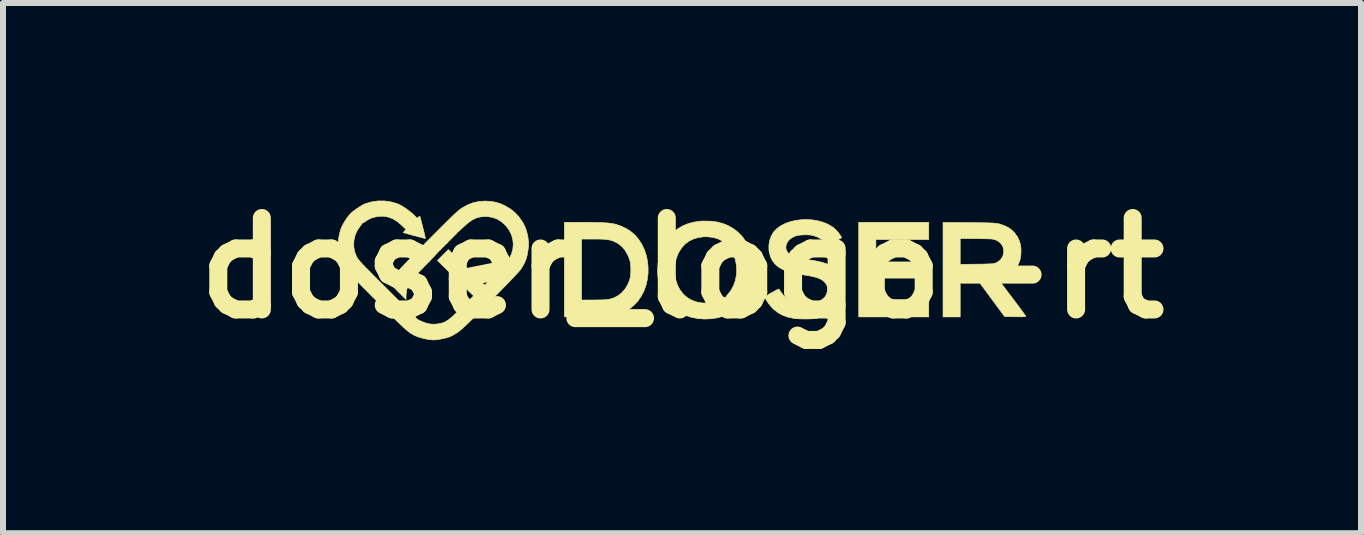
<source format=kicad_pcb>
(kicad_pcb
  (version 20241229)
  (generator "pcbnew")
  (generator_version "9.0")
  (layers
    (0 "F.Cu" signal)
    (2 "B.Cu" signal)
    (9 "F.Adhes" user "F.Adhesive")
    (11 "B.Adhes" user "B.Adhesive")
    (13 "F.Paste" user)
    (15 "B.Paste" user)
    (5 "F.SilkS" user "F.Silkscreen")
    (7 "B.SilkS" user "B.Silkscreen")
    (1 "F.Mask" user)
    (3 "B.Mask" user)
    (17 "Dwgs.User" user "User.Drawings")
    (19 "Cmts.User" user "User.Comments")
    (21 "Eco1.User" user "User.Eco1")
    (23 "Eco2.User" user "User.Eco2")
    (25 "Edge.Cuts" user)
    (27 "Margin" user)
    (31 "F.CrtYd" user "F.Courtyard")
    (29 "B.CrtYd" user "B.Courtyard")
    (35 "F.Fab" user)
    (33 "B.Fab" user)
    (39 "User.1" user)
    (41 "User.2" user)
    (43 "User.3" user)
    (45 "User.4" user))
  (footprint "doser_logo-rt"
    (layer "F.Cu")
    (at 8.317 1.418)
    (property "Reference" "doser_logo-rt" (at 0 0 0) (layer "F.SilkS") (effects (font (size 1.524 1.524) (thickness 0.3))))
    (attr through_hole)
    (fp_poly (pts (xy -4.064 -0.266) (xy -4.068 -0.262) (xy -4.072 -0.266) (xy -4.068 -0.27) (xy -4.064 -0.266)) (stroke (width 0.01) (type solid)) (fill yes) (layer "F.SilkS"))
    (fp_poly (pts (xy -4.032 -0.298) (xy -4.036 -0.294) (xy -4.04 -0.298) (xy -4.036 -0.302) (xy -4.032 -0.298)) (stroke (width 0.01) (type solid)) (fill yes) (layer "F.SilkS"))
    (fp_poly (pts (xy 4.112 -0.476) (xy 3.231 -0.476) (xy 3.231 -0.103) (xy 4.08 -0.103) (xy 4.08 0.167) (xy 3.23 0.167) (xy 3.232 0.346) (xy 3.235 0.524) (xy 4.112 0.524) (xy 4.112 0.814) (xy 2.945 0.814) (xy 2.945 -0.762) (xy 4.112 -0.762) (xy 4.112 -0.476)) (stroke (width 0.01) (type solid)) (fill yes) (layer "F.SilkS"))
    (fp_poly (pts (xy -1.649 -0.762) (xy -1.548 -0.762) (xy -1.461 -0.761) (xy -1.387 -0.759) (xy -1.324 -0.757) (xy -1.27 -0.754) (xy -1.223 -0.75) (xy -1.183 -0.745) (xy -1.147 -0.739) (xy -1.113 -0.732) (xy -1.107 -0.73) (xy -1.042 -0.709) (xy -0.974 -0.68) (xy -0.909 -0.646) (xy -0.862 -0.616) (xy -0.788 -0.554) (xy -0.725 -0.481) (xy -0.672 -0.399) (xy -0.629 -0.31) (xy -0.597 -0.216) (xy -0.576 -0.117) (xy -0.566 -0.016) (xy -0.566 0.086) (xy -0.578 0.187) (xy -0.6 0.285) (xy -0.634 0.38) (xy -0.68 0.468) (xy -0.736 0.55) (xy -0.785 0.603) (xy -0.857 0.666) (xy -0.938 0.717) (xy -1.028 0.759) (xy -1.116 0.787) (xy -1.131 0.791) (xy -1.145 0.795) (xy -1.161 0.798) (xy -1.18 0.8) (xy -1.203 0.802) (xy -1.232 0.803) (xy -1.268 0.804) (xy -1.313 0.805) (xy -1.368 0.806) (xy -1.436 0.807) (xy -1.517 0.807) (xy -1.57 0.808) (xy -1.961 0.811) (xy -1.961 -0.484) (xy -1.675 -0.484) (xy -1.675 0.532) (xy -1.47 0.532) (xy -1.395 0.531) (xy -1.334 0.53) (xy -1.285 0.528) (xy -1.248 0.525) (xy -1.219 0.522) (xy -1.212 0.52) (xy -1.134 0.496) (xy -1.063 0.458) (xy -1 0.407) (xy -0.947 0.345) (xy -0.907 0.278) (xy -0.885 0.228) (xy -0.869 0.183) (xy -0.86 0.138) (xy -0.855 0.088) (xy -0.853 0.028) (xy -0.853 0.028) (xy -0.855 -0.032) (xy -0.859 -0.081) (xy -0.869 -0.126) (xy -0.884 -0.17) (xy -0.906 -0.221) (xy -0.91 -0.228) (xy -0.952 -0.301) (xy -1.005 -0.362) (xy -1.035 -0.385) (xy -1.016 -0.385) (xy -1.012 -0.381) (xy -1.008 -0.385) (xy -1.012 -0.389) (xy -1.016 -0.385) (xy -1.035 -0.385) (xy -1.067 -0.41) (xy -1.104 -0.43) (xy -1.138 -0.446) (xy -1.169 -0.458) (xy -1.202 -0.467) (xy -1.238 -0.474) (xy -1.279 -0.479) (xy -1.328 -0.482) (xy -1.388 -0.484) (xy -1.461 -0.484) (xy -1.476 -0.484) (xy -1.675 -0.484) (xy -1.961 -0.484) (xy -1.961 -0.762) (xy -1.649 -0.762)) (stroke (width 0.01) (type solid)) (fill yes) (layer "F.SilkS"))
    (fp_poly (pts (xy 4.772 -0.758) (xy 4.872 -0.757) (xy 4.956 -0.756) (xy 5.028 -0.755) (xy 5.089 -0.754) (xy 5.139 -0.752) (xy 5.181 -0.75) (xy 5.217 -0.747) (xy 5.247 -0.743) (xy 5.273 -0.739) (xy 5.296 -0.733) (xy 5.319 -0.726) (xy 5.342 -0.718) (xy 5.36 -0.711) (xy 5.393 -0.698) (xy 5.425 -0.682) (xy 5.446 -0.67) (xy 5.472 -0.652) (xy 5.499 -0.63) (xy 5.524 -0.607) (xy 5.544 -0.585) (xy 5.558 -0.568) (xy 5.561 -0.558) (xy 5.562 -0.55) (xy 5.566 -0.55) (xy 5.575 -0.544) (xy 5.587 -0.527) (xy 5.601 -0.5) (xy 5.615 -0.468) (xy 5.628 -0.434) (xy 5.638 -0.401) (xy 5.641 -0.389) (xy 5.648 -0.332) (xy 5.65 -0.269) (xy 5.645 -0.206) (xy 5.636 -0.148) (xy 5.628 -0.119) (xy 5.597 -0.049) (xy 5.556 0.01) (xy 5.502 0.061) (xy 5.458 0.09) (xy 5.428 0.107) (xy 5.391 0.123) (xy 5.352 0.138) (xy 5.316 0.15) (xy 5.286 0.157) (xy 5.272 0.159) (xy 5.259 0.16) (xy 5.255 0.163) (xy 5.259 0.17) (xy 5.273 0.188) (xy 5.294 0.217) (xy 5.322 0.255) (xy 5.356 0.3) (xy 5.394 0.352) (xy 5.437 0.409) (xy 5.484 0.47) (xy 5.49 0.478) (xy 5.537 0.54) (xy 5.58 0.598) (xy 5.62 0.651) (xy 5.655 0.699) (xy 5.684 0.738) (xy 5.707 0.77) (xy 5.722 0.791) (xy 5.728 0.801) (xy 5.728 0.801) (xy 5.728 0.805) (xy 5.723 0.808) (xy 5.713 0.81) (xy 5.694 0.811) (xy 5.665 0.812) (xy 5.625 0.812) (xy 5.571 0.811) (xy 5.555 0.811) (xy 5.378 0.809) (xy 5.164 0.52) (xy 5.175 0.52) (xy 5.179 0.524) (xy 5.183 0.52) (xy 5.179 0.516) (xy 5.175 0.52) (xy 5.164 0.52) (xy 5.152 0.504) (xy 4.927 0.198) (xy 4.636 0.198) (xy 4.636 0.814) (xy 4.35 0.814) (xy 4.35 -0.062) (xy 4.636 -0.062) (xy 4.907 -0.065) (xy 4.983 -0.066) (xy 5.045 -0.067) (xy 5.094 -0.069) (xy 5.133 -0.07) (xy 5.163 -0.072) (xy 5.186 -0.074) (xy 5.203 -0.077) (xy 5.217 -0.081) (xy 5.22 -0.082) (xy 5.271 -0.107) (xy 5.312 -0.143) (xy 5.342 -0.188) (xy 5.358 -0.241) (xy 5.362 -0.278) (xy 5.355 -0.335) (xy 5.334 -0.384) (xy 5.3 -0.425) (xy 5.253 -0.457) (xy 5.226 -0.469) (xy 5.213 -0.474) (xy 5.2 -0.478) (xy 5.186 -0.481) (xy 5.168 -0.484) (xy 5.145 -0.486) (xy 5.115 -0.487) (xy 5.076 -0.488) (xy 5.026 -0.489) (xy 4.964 -0.49) (xy 4.907 -0.49) (xy 4.636 -0.493) (xy 4.636 -0.062) (xy 4.35 -0.062) (xy 4.35 -0.76) (xy 4.772 -0.758)) (stroke (width 0.01) (type solid)) (fill yes) (layer "F.SilkS"))
    (fp_poly (pts (xy 0.471 -0.782) (xy 0.579 -0.769) (xy 0.68 -0.743) (xy 0.773 -0.705) (xy 0.862 -0.653) (xy 0.865 -0.651) (xy 0.897 -0.627) (xy 0.93 -0.599) (xy 0.962 -0.568) (xy 0.992 -0.538) (xy 1.016 -0.51) (xy 1.034 -0.485) (xy 1.043 -0.467) (xy 1.043 -0.459) (xy 1.042 -0.454) (xy 1.046 -0.455) (xy 1.055 -0.452) (xy 1.068 -0.436) (xy 1.085 -0.409) (xy 1.103 -0.373) (xy 1.123 -0.33) (xy 1.128 -0.319) (xy 1.164 -0.21) (xy 1.187 -0.097) (xy 1.195 0.018) (xy 1.189 0.134) (xy 1.169 0.249) (xy 1.134 0.361) (xy 1.1 0.441) (xy 1.046 0.533) (xy 0.983 0.614) (xy 0.911 0.682) (xy 0.827 0.739) (xy 0.794 0.758) (xy 0.7 0.798) (xy 0.597 0.827) (xy 0.489 0.844) (xy 0.377 0.849) (xy 0.265 0.841) (xy 0.263 0.841) (xy 0.152 0.819) (xy 0.048 0.784) (xy 0.044 0.782) (xy 0.714 0.782) (xy 0.718 0.786) (xy 0.722 0.782) (xy 0.718 0.778) (xy 0.714 0.782) (xy 0.044 0.782) (xy -0.046 0.737) (xy -0.13 0.678) (xy -0.204 0.608) (xy -0.243 0.56) (xy 0.183 0.56) (xy 0.187 0.564) (xy 0.191 0.56) (xy 0.187 0.556) (xy 0.183 0.56) (xy -0.243 0.56) (xy -0.268 0.528) (xy 0.111 0.528) (xy 0.115 0.532) (xy 0.119 0.528) (xy 0.115 0.524) (xy 0.111 0.528) (xy -0.268 0.528) (xy -0.268 0.527) (xy -0.32 0.437) (xy -0.361 0.338) (xy -0.389 0.23) (xy -0.404 0.114) (xy -0.406 0.04) (xy -0.405 0.026) (xy -0.125 0.026) (xy -0.119 0.117) (xy -0.102 0.205) (xy -0.073 0.288) (xy -0.033 0.364) (xy 0.019 0.431) (xy 0.032 0.445) (xy 0.096 0.498) (xy 0.17 0.539) (xy 0.251 0.567) (xy 0.338 0.582) (xy 0.43 0.583) (xy 0.526 0.57) (xy 0.538 0.567) (xy 0.572 0.557) (xy 0.61 0.543) (xy 0.643 0.528) (xy 0.667 0.528) (xy 0.671 0.532) (xy 0.675 0.528) (xy 0.671 0.524) (xy 0.667 0.528) (xy 0.643 0.528) (xy 0.648 0.526) (xy 0.68 0.508) (xy 0.7 0.494) (xy 0.715 0.487) (xy 0.724 0.489) (xy 0.73 0.491) (xy 0.728 0.488) (xy 0.731 0.48) (xy 0.742 0.463) (xy 0.76 0.442) (xy 0.766 0.435) (xy 0.818 0.368) (xy 0.859 0.291) (xy 0.888 0.209) (xy 0.905 0.123) (xy 0.911 0.034) (xy 0.905 -0.054) (xy 0.888 -0.141) (xy 0.86 -0.223) (xy 0.82 -0.3) (xy 0.77 -0.368) (xy 0.735 -0.403) (xy 0.669 -0.453) (xy 0.595 -0.489) (xy 0.513 -0.512) (xy 0.422 -0.522) (xy 0.369 -0.522) (xy 0.277 -0.511) (xy 0.193 -0.487) (xy 0.117 -0.45) (xy 0.05 -0.4) (xy -0.007 -0.337) (xy -0.054 -0.262) (xy -0.065 -0.241) (xy -0.098 -0.155) (xy -0.117 -0.065) (xy -0.125 0.026) (xy -0.405 0.026) (xy -0.399 -0.081) (xy -0.379 -0.195) (xy -0.346 -0.301) (xy -0.3 -0.4) (xy -0.241 -0.49) (xy -0.171 -0.57) (xy -0.09 -0.64) (xy -0.065 -0.658) (xy 0.017 -0.706) (xy 0.104 -0.742) (xy 0.198 -0.766) (xy 0.302 -0.781) (xy 0.354 -0.784) (xy 0.471 -0.782)) (stroke (width 0.01) (type solid)) (fill yes) (layer "F.SilkS"))
    (fp_poly (pts (xy 2.174 -0.803) (xy 2.265 -0.788) (xy 2.351 -0.764) (xy 2.431 -0.731) (xy 2.503 -0.689) (xy 2.547 -0.653) (xy 2.572 -0.629) (xy 2.597 -0.601) (xy 2.62 -0.572) (xy 2.639 -0.545) (xy 2.652 -0.522) (xy 2.657 -0.508) (xy 2.657 -0.506) (xy 2.65 -0.5) (xy 2.63 -0.488) (xy 2.602 -0.472) (xy 2.567 -0.453) (xy 2.546 -0.442) (xy 2.437 -0.384) (xy 2.387 -0.432) (xy 2.387 -0.433) (xy 2.5 -0.433) (xy 2.504 -0.429) (xy 2.508 -0.433) (xy 2.504 -0.437) (xy 2.5 -0.433) (xy 2.387 -0.433) (xy 2.324 -0.482) (xy 2.251 -0.521) (xy 2.177 -0.545) (xy 2.132 -0.552) (xy 2.078 -0.555) (xy 2.021 -0.554) (xy 1.966 -0.55) (xy 1.917 -0.542) (xy 1.886 -0.533) (xy 1.834 -0.508) (xy 1.791 -0.476) (xy 1.759 -0.438) (xy 1.739 -0.397) (xy 1.73 -0.354) (xy 1.735 -0.311) (xy 1.754 -0.271) (xy 1.768 -0.253) (xy 1.79 -0.231) (xy 1.816 -0.213) (xy 1.848 -0.197) (xy 1.887 -0.183) (xy 1.935 -0.17) (xy 1.994 -0.158) (xy 2.066 -0.146) (xy 2.111 -0.139) (xy 2.22 -0.121) (xy 2.313 -0.101) (xy 2.394 -0.077) (xy 2.463 -0.05) (xy 2.522 -0.019) (xy 2.571 0.017) (xy 2.595 0.039) (xy 2.642 0.097) (xy 2.678 0.165) (xy 2.701 0.24) (xy 2.712 0.32) (xy 2.71 0.404) (xy 2.709 0.412) (xy 2.691 0.498) (xy 2.66 0.575) (xy 2.616 0.643) (xy 2.559 0.702) (xy 2.489 0.752) (xy 2.408 0.792) (xy 2.313 0.822) (xy 2.242 0.837) (xy 2.199 0.843) (xy 2.144 0.846) (xy 2.082 0.848) (xy 2.018 0.848) (xy 1.956 0.846) (xy 1.901 0.843) (xy 1.856 0.837) (xy 1.856 0.837) (xy 1.76 0.816) (xy 1.675 0.785) (xy 1.599 0.743) (xy 1.531 0.69) (xy 1.511 0.671) (xy 1.482 0.64) (xy 1.454 0.605) (xy 1.438 0.583) (xy 1.445 0.583) (xy 1.449 0.587) (xy 1.453 0.583) (xy 1.449 0.579) (xy 1.445 0.583) (xy 1.438 0.583) (xy 1.427 0.568) (xy 1.405 0.534) (xy 1.389 0.504) (xy 1.382 0.482) (xy 1.381 0.479) (xy 1.388 0.473) (xy 1.406 0.461) (xy 1.432 0.446) (xy 1.464 0.427) (xy 1.496 0.409) (xy 1.516 0.409) (xy 1.52 0.413) (xy 1.524 0.409) (xy 1.52 0.405) (xy 1.516 0.409) (xy 1.496 0.409) (xy 1.498 0.408) (xy 1.533 0.389) (xy 1.555 0.377) (xy 1.58 0.377) (xy 1.584 0.381) (xy 1.587 0.377) (xy 1.584 0.373) (xy 1.58 0.377) (xy 1.555 0.377) (xy 1.564 0.372) (xy 1.59 0.359) (xy 1.608 0.351) (xy 1.613 0.349) (xy 1.619 0.355) (xy 1.63 0.372) (xy 1.645 0.395) (xy 1.646 0.396) (xy 1.69 0.454) (xy 1.748 0.503) (xy 1.816 0.543) (xy 1.893 0.573) (xy 1.906 0.576) (xy 1.943 0.584) (xy 1.99 0.588) (xy 2.044 0.591) (xy 2.099 0.591) (xy 2.149 0.588) (xy 2.192 0.583) (xy 2.207 0.58) (xy 2.276 0.557) (xy 2.333 0.526) (xy 2.377 0.487) (xy 2.406 0.441) (xy 2.422 0.388) (xy 2.424 0.357) (xy 2.423 0.325) (xy 2.419 0.301) (xy 2.409 0.279) (xy 2.401 0.266) (xy 2.378 0.235) (xy 2.348 0.208) (xy 2.311 0.185) (xy 2.264 0.165) (xy 2.207 0.148) (xy 2.137 0.132) (xy 2.053 0.118) (xy 2.035 0.115) (xy 1.944 0.101) (xy 1.866 0.085) (xy 1.799 0.069) (xy 1.746 0.052) (xy 2.588 0.052) (xy 2.592 0.056) (xy 2.596 0.052) (xy 2.592 0.048) (xy 2.588 0.052) (xy 1.746 0.052) (xy 1.741 0.05) (xy 1.689 0.028) (xy 1.679 0.024) (xy 1.607 -0.018) (xy 1.549 -0.068) (xy 1.505 -0.126) (xy 1.473 -0.193) (xy 1.453 -0.27) (xy 1.448 -0.307) (xy 1.448 -0.383) (xy 1.46 -0.458) (xy 1.485 -0.529) (xy 1.52 -0.592) (xy 1.533 -0.609) (xy 1.586 -0.663) (xy 1.651 -0.708) (xy 1.726 -0.746) (xy 1.808 -0.774) (xy 1.896 -0.795) (xy 1.988 -0.806) (xy 2.081 -0.809) (xy 2.174 -0.803)) (stroke (width 0.01) (type solid)) (fill yes) (layer "F.SilkS"))
    (fp_poly (pts (xy -4.959 -1.119) (xy -4.85 -1.103) (xy -4.753 -1.076) (xy -4.71 -1.057) (xy -4.66 -1.03) (xy -4.606 -0.995) (xy -4.552 -0.956) (xy -4.502 -0.915) (xy -4.477 -0.892) (xy -4.413 -0.831) (xy -4.398 -0.845) (xy -4.381 -0.845) (xy -4.378 -0.841) (xy -4.374 -0.845) (xy -4.378 -0.849) (xy -4.381 -0.845) (xy -4.398 -0.845) (xy -4.393 -0.849) (xy -4.379 -0.861) (xy -4.371 -0.865) (xy -4.371 -0.865) (xy -4.367 -0.855) (xy -4.361 -0.833) (xy -4.352 -0.801) (xy -4.342 -0.762) (xy -4.33 -0.718) (xy -4.319 -0.672) (xy -4.307 -0.626) (xy -4.297 -0.584) (xy -4.288 -0.547) (xy -4.282 -0.518) (xy -4.278 -0.499) (xy -4.278 -0.494) (xy -4.287 -0.495) (xy -4.308 -0.5) (xy -4.34 -0.508) (xy -4.379 -0.518) (xy -4.422 -0.53) (xy -4.468 -0.542) (xy -4.514 -0.554) (xy -4.556 -0.566) (xy -4.593 -0.577) (xy -4.621 -0.585) (xy -4.639 -0.59) (xy -4.643 -0.592) (xy -4.64 -0.599) (xy -4.628 -0.599) (xy -4.624 -0.595) (xy -4.62 -0.599) (xy -4.624 -0.603) (xy -4.628 -0.599) (xy -4.64 -0.599) (xy -4.64 -0.599) (xy -4.629 -0.613) (xy -4.623 -0.62) (xy -4.6 -0.644) (xy -4.671 -0.713) (xy -4.743 -0.774) (xy -4.817 -0.82) (xy -4.821 -0.822) (xy -4.794 -0.822) (xy -4.79 -0.818) (xy -4.786 -0.822) (xy -4.79 -0.826) (xy -4.794 -0.822) (xy -4.821 -0.822) (xy -4.892 -0.849) (xy -4.97 -0.864) (xy -5.05 -0.863) (xy -5.122 -0.85) (xy -5.175 -0.834) (xy -5.22 -0.814) (xy -5.262 -0.788) (xy -5.282 -0.774) (xy -5.303 -0.76) (xy -5.321 -0.751) (xy -5.328 -0.751) (xy -5.334 -0.753) (xy -5.332 -0.75) (xy -5.334 -0.742) (xy -5.344 -0.725) (xy -5.361 -0.702) (xy -5.363 -0.7) (xy -5.413 -0.627) (xy -5.448 -0.55) (xy -5.467 -0.468) (xy -5.472 -0.405) (xy -5.469 -0.342) (xy -5.459 -0.285) (xy -5.44 -0.228) (xy -5.423 -0.191) (xy -5.418 -0.18) (xy -5.412 -0.169) (xy -5.405 -0.158) (xy -5.396 -0.146) (xy -5.384 -0.131) (xy -5.369 -0.113) (xy -5.35 -0.092) (xy -5.326 -0.066) (xy -5.296 -0.034) (xy -5.259 0.003) (xy -5.216 0.047) (xy -5.165 0.099) (xy -5.105 0.159) (xy -5.036 0.229) (xy -4.956 0.308) (xy -4.902 0.362) (xy -4.409 0.856) (xy -4.342 0.888) (xy -4.267 0.917) (xy -4.195 0.933) (xy -4.122 0.936) (xy -4.046 0.927) (xy -4.038 0.925) (xy -4.007 0.918) (xy -3.978 0.909) (xy -3.95 0.897) (xy -3.923 0.882) (xy -3.915 0.877) (xy -3.54 0.877) (xy -3.536 0.881) (xy -3.532 0.877) (xy -3.536 0.873) (xy -3.54 0.877) (xy -3.915 0.877) (xy -3.893 0.862) (xy -3.861 0.836) (xy -3.823 0.804) (xy -3.779 0.762) (xy -3.726 0.712) (xy -3.672 0.658) (xy -3.474 0.463) (xy -3.6 0.341) (xy -3.641 0.302) (xy -3.689 0.254) (xy -3.743 0.202) (xy -3.783 0.163) (xy -3.77 0.163) (xy -3.766 0.167) (xy -3.762 0.163) (xy -3.766 0.159) (xy -3.77 0.163) (xy -3.783 0.163) (xy -3.799 0.147) (xy -3.854 0.093) (xy -3.901 0.046) (xy -4.076 -0.127) (xy -3.985 -0.218) (xy -3.894 -0.309) (xy -3.602 -0.018) (xy -3.53 0.054) (xy -3.468 0.115) (xy -3.416 0.166) (xy -3.374 0.207) (xy -3.34 0.239) (xy -3.314 0.262) (xy -3.296 0.276) (xy -3.285 0.283) (xy -3.28 0.283) (xy -3.28 0.279) (xy -3.275 0.272) (xy -3.261 0.255) (xy -3.237 0.23) (xy -3.207 0.197) (xy -3.17 0.158) (xy -3.129 0.115) (xy -3.096 0.081) (xy -3.038 0.021) (xy -2.988 -0.033) (xy -2.946 -0.079) (xy -2.913 -0.117) (xy -2.89 -0.146) (xy -2.879 -0.161) (xy -2.842 -0.236) (xy -2.82 -0.314) (xy -2.813 -0.394) (xy -2.82 -0.473) (xy -2.841 -0.551) (xy -2.877 -0.625) (xy -2.926 -0.694) (xy -2.953 -0.723) (xy -3.018 -0.779) (xy -3.036 -0.79) (xy -2.691 -0.79) (xy -2.687 -0.786) (xy -2.683 -0.79) (xy -2.687 -0.794) (xy -2.691 -0.79) (xy -3.036 -0.79) (xy -3.088 -0.82) (xy -3.164 -0.846) (xy -3.245 -0.859) (xy -3.283 -0.859) (xy -3.345 -0.855) (xy -3.403 -0.844) (xy -3.458 -0.823) (xy -3.513 -0.792) (xy -3.57 -0.75) (xy -3.632 -0.696) (xy -3.652 -0.677) (xy -3.685 -0.646) (xy -3.714 -0.62) (xy -3.737 -0.6) (xy -3.753 -0.588) (xy -3.759 -0.586) (xy -3.761 -0.586) (xy -3.76 -0.582) (xy -3.761 -0.572) (xy -3.77 -0.56) (xy -3.782 -0.553) (xy -3.79 -0.554) (xy -3.793 -0.554) (xy -3.792 -0.551) (xy -3.793 -0.54) (xy -3.802 -0.528) (xy -3.814 -0.521) (xy -3.822 -0.522) (xy -3.825 -0.522) (xy -3.823 -0.519) (xy -3.825 -0.509) (xy -3.834 -0.496) (xy -3.845 -0.488) (xy -3.852 -0.488) (xy -3.854 -0.488) (xy -3.854 -0.487) (xy -3.855 -0.477) (xy -3.864 -0.466) (xy -3.876 -0.458) (xy -3.884 -0.458) (xy -3.888 -0.458) (xy -3.887 -0.455) (xy -3.889 -0.446) (xy -3.9 -0.431) (xy -3.915 -0.415) (xy -3.931 -0.401) (xy -3.944 -0.394) (xy -3.949 -0.395) (xy -3.952 -0.395) (xy -3.95 -0.392) (xy -3.951 -0.381) (xy -3.961 -0.369) (xy -3.973 -0.362) (xy -3.981 -0.363) (xy -3.984 -0.364) (xy -3.982 -0.36) (xy -3.983 -0.349) (xy -3.992 -0.338) (xy -4.004 -0.33) (xy -4.012 -0.331) (xy -4.015 -0.332) (xy -4.014 -0.328) (xy -4.015 -0.318) (xy -4.025 -0.306) (xy -4.036 -0.299) (xy -4.039 -0.3) (xy -4.044 -0.296) (xy -4.044 -0.294) (xy -4.051 -0.281) (xy -4.066 -0.274) (xy -4.067 -0.273) (xy -4.074 -0.267) (xy -4.074 -0.263) (xy -4.079 -0.255) (xy -4.094 -0.237) (xy -4.117 -0.211) (xy -4.149 -0.177) (xy -4.187 -0.138) (xy -4.23 -0.093) (xy -4.278 -0.045) (xy -4.288 -0.035) (xy -4.358 0.037) (xy -4.417 0.097) (xy -4.464 0.148) (xy -4.5 0.188) (xy -4.524 0.217) (xy -4.534 0.231) (xy -4.57 0.301) (xy -4.591 0.371) (xy -4.599 0.445) (xy -4.599 0.454) (xy -4.6 0.523) (xy -4.717 0.407) (xy -4.756 0.367) (xy -4.786 0.337) (xy -4.806 0.315) (xy -4.82 0.299) (xy -4.827 0.287) (xy -4.829 0.282) (xy -4.826 0.282) (xy -4.822 0.286) (xy -4.818 0.282) (xy -4.822 0.278) (xy -4.826 0.282) (xy -4.829 0.282) (xy -4.83 0.278) (xy -4.83 0.269) (xy -4.829 0.266) (xy -4.817 0.223) (xy -4.795 0.172) (xy -4.766 0.116) (xy -4.761 0.107) (xy -4.453 0.107) (xy -4.449 0.111) (xy -4.445 0.107) (xy -4.449 0.103) (xy -4.453 0.107) (xy -4.761 0.107) (xy -4.746 0.081) (xy -4.742 0.075) (xy -4.421 0.075) (xy -4.417 0.079) (xy -4.413 0.075) (xy -4.417 0.071) (xy -4.421 0.075) (xy -4.742 0.075) (xy -4.737 0.068) (xy -4.727 0.054) (xy -4.719 0.044) (xy -4.389 0.044) (xy -4.385 0.048) (xy -4.381 0.044) (xy -4.385 0.04) (xy -4.389 0.044) (xy -4.719 0.044) (xy -4.715 0.038) (xy -4.707 0.028) (xy -4.699 0.028) (xy -4.695 0.032) (xy -4.691 0.028) (xy -4.695 0.024) (xy -4.699 0.028) (xy -4.707 0.028) (xy -4.7 0.02) (xy -4.693 0.012) (xy -4.358 0.012) (xy -4.354 0.016) (xy -4.35 0.012) (xy -4.354 0.008) (xy -4.358 0.012) (xy -4.693 0.012) (xy -4.681 -0.002) (xy -4.665 -0.02) (xy -4.326 -0.02) (xy -4.322 -0.016) (xy -4.318 -0.02) (xy -4.322 -0.024) (xy -4.326 -0.02) (xy -4.665 -0.02) (xy -4.658 -0.027) (xy -4.635 -0.052) (xy -4.294 -0.052) (xy -4.29 -0.048) (xy -4.286 -0.052) (xy -4.29 -0.056) (xy -4.294 -0.052) (xy -4.635 -0.052) (xy -4.629 -0.058) (xy -4.616 -0.072) (xy -4.268 -0.072) (xy -4.267 -0.071) (xy -4.26 -0.077) (xy -4.258 -0.079) (xy -4.256 -0.087) (xy -4.258 -0.087) (xy -4.265 -0.082) (xy -4.266 -0.079) (xy -4.268 -0.072) (xy -4.616 -0.072) (xy -4.595 -0.094) (xy -4.585 -0.104) (xy -4.237 -0.104) (xy -4.236 -0.103) (xy -4.228 -0.109) (xy -4.227 -0.111) (xy -4.225 -0.119) (xy -4.226 -0.119) (xy -4.233 -0.113) (xy -4.235 -0.111) (xy -4.237 -0.104) (xy -4.585 -0.104) (xy -4.555 -0.135) (xy -4.205 -0.135) (xy -4.204 -0.135) (xy -4.197 -0.141) (xy -4.195 -0.143) (xy -4.193 -0.15) (xy -4.194 -0.151) (xy -4.201 -0.145) (xy -4.203 -0.143) (xy -4.205 -0.135) (xy -4.555 -0.135) (xy -4.554 -0.136) (xy -4.523 -0.167) (xy -4.173 -0.167) (xy -4.172 -0.167) (xy -4.165 -0.172) (xy -4.163 -0.175) (xy -4.161 -0.182) (xy -4.162 -0.183) (xy -4.17 -0.177) (xy -4.171 -0.175) (xy -4.173 -0.167) (xy -4.523 -0.167) (xy -4.505 -0.186) (xy -4.492 -0.199) (xy -4.141 -0.199) (xy -4.14 -0.198) (xy -4.133 -0.204) (xy -4.131 -0.206) (xy -4.129 -0.214) (xy -4.131 -0.214) (xy -4.138 -0.209) (xy -4.139 -0.206) (xy -4.141 -0.199) (xy -4.492 -0.199) (xy -4.461 -0.231) (xy -4.11 -0.231) (xy -4.109 -0.23) (xy -4.101 -0.236) (xy -4.1 -0.238) (xy -4.098 -0.246) (xy -4.099 -0.246) (xy -4.106 -0.24) (xy -4.108 -0.238) (xy -4.11 -0.231) (xy -4.461 -0.231) (xy -4.449 -0.243) (xy -4.383 -0.31) (xy -4.307 -0.386) (xy -4.227 -0.467) (xy -4.141 -0.553) (xy -4.066 -0.628) (xy -4.001 -0.693) (xy -3.944 -0.75) (xy -3.895 -0.798) (xy -3.853 -0.84) (xy -3.818 -0.874) (xy -3.789 -0.901) (xy -2.778 -0.901) (xy -2.774 -0.897) (xy -2.77 -0.901) (xy -2.774 -0.905) (xy -2.778 -0.901) (xy -3.789 -0.901) (xy -3.787 -0.903) (xy -3.761 -0.927) (xy -3.739 -0.946) (xy -3.72 -0.962) (xy -3.703 -0.976) (xy -3.687 -0.988) (xy -3.671 -0.999) (xy -3.668 -1.001) (xy -3.577 -1.052) (xy -3.48 -1.089) (xy -3.379 -1.111) (xy -3.274 -1.117) (xy -3.168 -1.109) (xy -3.1 -1.096) (xy -3.02 -1.071) (xy -2.941 -1.034) (xy -2.866 -0.989) (xy -2.798 -0.936) (xy -2.74 -0.879) (xy -2.721 -0.856) (xy -2.678 -0.797) (xy -2.645 -0.745) (xy -2.62 -0.695) (xy -2.6 -0.643) (xy -2.583 -0.584) (xy -2.571 -0.531) (xy -2.559 -0.442) (xy -2.559 -0.351) (xy -2.573 -0.256) (xy -2.583 -0.207) (xy -2.599 -0.151) (xy -2.619 -0.101) (xy -2.644 -0.051) (xy -2.677 0.003) (xy -2.694 0.028) (xy -2.707 0.043) (xy -2.729 0.069) (xy -2.76 0.102) (xy -2.798 0.143) (xy -2.843 0.19) (xy -2.894 0.243) (xy -2.95 0.301) (xy -3.009 0.361) (xy -3.071 0.425) (xy -3.135 0.489) (xy -3.199 0.555) (xy -3.264 0.62) (xy -3.327 0.683) (xy -3.389 0.744) (xy -3.447 0.802) (xy -3.501 0.855) (xy -3.55 0.903) (xy -3.594 0.945) (xy -3.63 0.979) (xy -3.658 1.005) (xy -3.678 1.022) (xy -3.687 1.029) (xy -3.688 1.029) (xy -3.696 1.028) (xy -3.695 1.032) (xy -3.699 1.039) (xy -3.714 1.053) (xy -3.738 1.07) (xy -3.768 1.089) (xy -3.801 1.109) (xy -3.834 1.127) (xy -3.838 1.129) (xy -3.885 1.149) (xy -3.944 1.166) (xy -4.017 1.182) (xy -4.044 1.187) (xy -4.105 1.196) (xy -4.159 1.197) (xy -4.216 1.191) (xy -4.243 1.187) (xy -4.321 1.17) (xy -4.385 1.152) (xy -4.437 1.132) (xy -4.447 1.127) (xy -4.455 1.123) (xy -4.437 1.123) (xy -4.433 1.127) (xy -4.429 1.123) (xy -4.433 1.119) (xy -4.437 1.123) (xy -4.455 1.123) (xy -4.469 1.116) (xy -4.489 1.105) (xy -4.51 1.093) (xy -4.53 1.08) (xy -4.547 1.068) (xy -4.532 1.068) (xy -4.528 1.072) (xy -4.524 1.068) (xy -4.528 1.064) (xy -4.532 1.068) (xy -4.547 1.068) (xy -4.552 1.064) (xy -4.576 1.046) (xy -4.602 1.023) (xy -4.633 0.996) (xy -4.668 0.963) (xy -4.709 0.925) (xy -4.756 0.879) (xy -4.766 0.869) (xy -4.405 0.869) (xy -4.401 0.873) (xy -4.397 0.869) (xy -4.401 0.865) (xy -4.405 0.869) (xy -4.766 0.869) (xy -4.81 0.826) (xy -4.873 0.764) (xy -4.944 0.693) (xy -5.025 0.612) (xy -5.081 0.556) (xy -5.167 0.471) (xy -5.242 0.395) (xy -5.252 0.385) (xy -4.905 0.385) (xy -4.901 0.389) (xy -4.897 0.385) (xy -4.901 0.381) (xy -4.905 0.385) (xy -5.252 0.385) (xy -5.308 0.329) (xy -5.364 0.272) (xy -5.413 0.223) (xy -5.454 0.181) (xy -5.488 0.145) (xy -5.517 0.115) (xy -5.54 0.089) (xy -5.559 0.067) (xy -5.575 0.048) (xy -5.588 0.032) (xy -5.599 0.016) (xy -5.604 0.008) (xy -5.636 -0.042) (xy -5.66 -0.085) (xy -5.67 -0.107) (xy -5.39 -0.107) (xy -5.386 -0.103) (xy -5.382 -0.107) (xy -5.386 -0.111) (xy -5.39 -0.107) (xy -5.67 -0.107) (xy -5.678 -0.125) (xy -5.692 -0.167) (xy -5.705 -0.216) (xy -5.707 -0.222) (xy -5.725 -0.319) (xy -5.729 -0.41) (xy -5.722 -0.501) (xy -5.715 -0.537) (xy -5.706 -0.578) (xy -5.695 -0.619) (xy -5.685 -0.654) (xy -5.679 -0.67) (xy -5.653 -0.725) (xy -5.618 -0.785) (xy -5.583 -0.837) (xy -5.572 -0.837) (xy -5.568 -0.833) (xy -5.564 -0.837) (xy -5.568 -0.841) (xy -5.572 -0.837) (xy -5.583 -0.837) (xy -5.579 -0.843) (xy -5.539 -0.892) (xy -5.537 -0.894) (xy -5.505 -0.926) (xy -5.486 -0.941) (xy -5.477 -0.941) (xy -5.473 -0.937) (xy -5.469 -0.941) (xy -5.473 -0.945) (xy -5.477 -0.941) (xy -5.486 -0.941) (xy -5.462 -0.96) (xy -5.414 -0.995) (xy -5.365 -1.027) (xy -5.319 -1.054) (xy -5.28 -1.072) (xy -5.28 -1.072) (xy -5.174 -1.103) (xy -5.067 -1.119) (xy -4.959 -1.119)) (stroke (width 0.01) (type solid)) (fill yes) (layer "F.SilkS")))
  (gr_rect
    (start -3 -3)
    (end 19.633 5.836)
    (stroke (width 0.1) (type default))
    (fill no)
    (layer "Edge.Cuts")))
</source>
